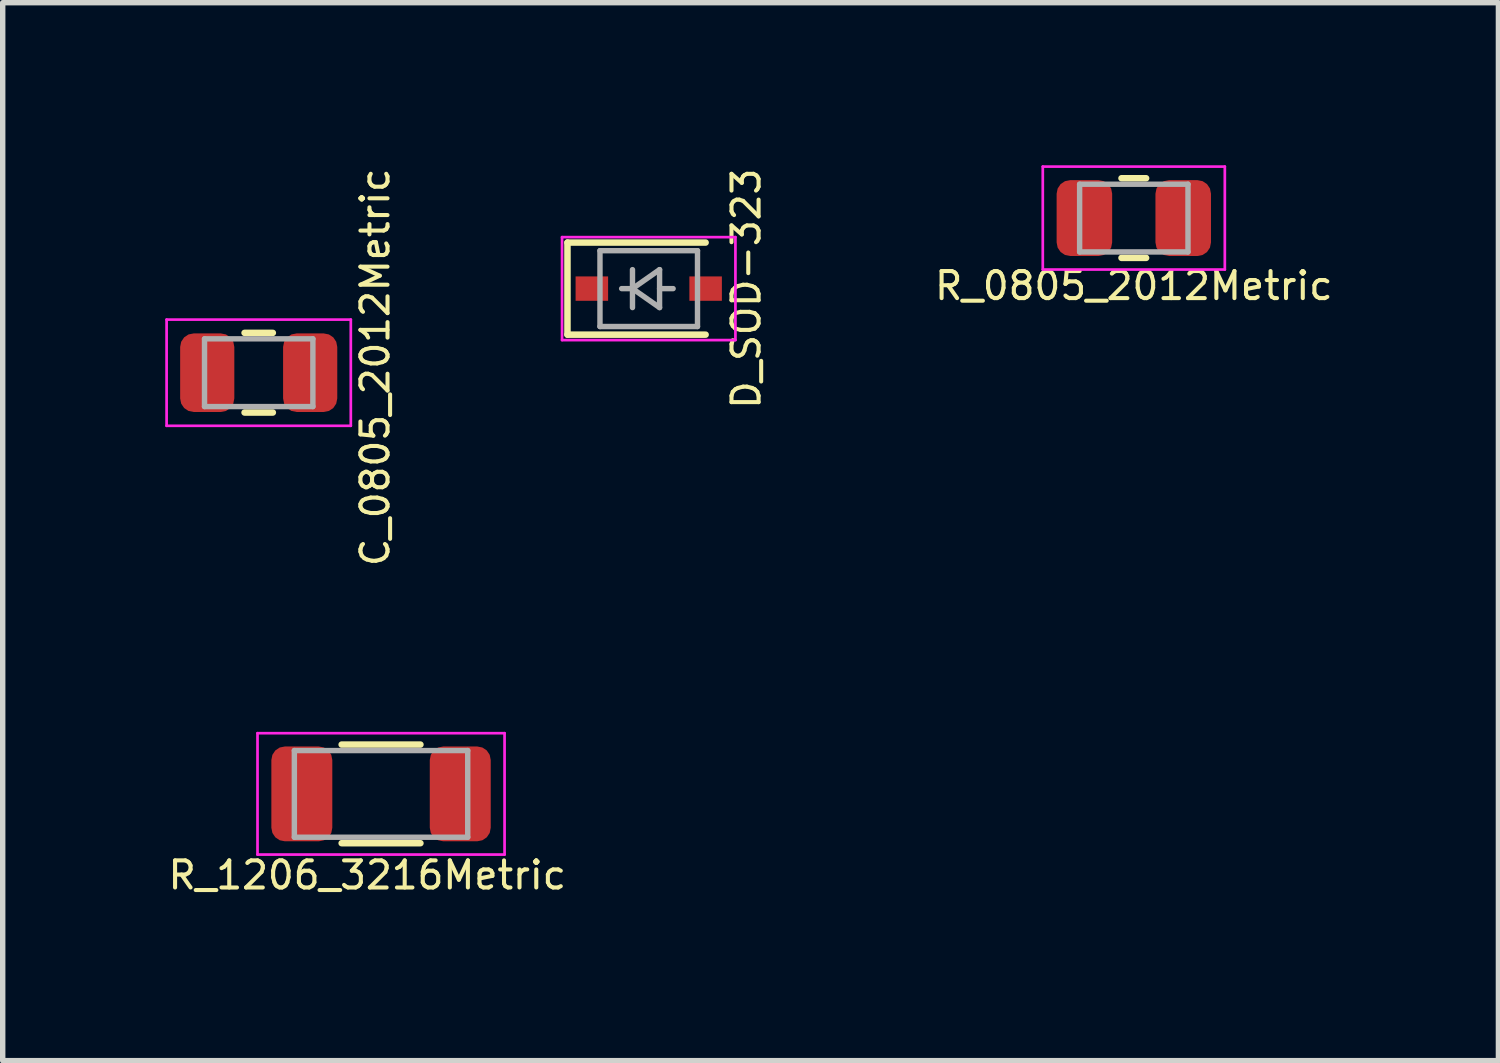
<source format=kicad_pcb>
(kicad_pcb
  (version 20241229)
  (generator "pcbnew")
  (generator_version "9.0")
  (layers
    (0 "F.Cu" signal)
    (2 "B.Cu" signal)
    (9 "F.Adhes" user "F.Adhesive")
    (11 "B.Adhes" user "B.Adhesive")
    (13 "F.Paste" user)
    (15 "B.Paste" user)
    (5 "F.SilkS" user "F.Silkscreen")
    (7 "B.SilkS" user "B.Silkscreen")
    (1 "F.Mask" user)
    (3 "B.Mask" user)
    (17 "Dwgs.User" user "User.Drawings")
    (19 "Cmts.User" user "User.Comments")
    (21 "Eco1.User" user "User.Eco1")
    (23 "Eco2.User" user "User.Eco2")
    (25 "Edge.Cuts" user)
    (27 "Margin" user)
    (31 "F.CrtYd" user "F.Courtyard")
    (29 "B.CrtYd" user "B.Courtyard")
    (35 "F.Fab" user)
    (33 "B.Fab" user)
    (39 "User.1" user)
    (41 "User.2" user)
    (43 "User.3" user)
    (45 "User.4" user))
  (footprint "R_0805_2012Metric"
    (layer "F.Cu")
    (at 17.877 0.975)
    (property "Reference" "R_0805_2012Metric" (at 0 1.25 180) (layer "F.SilkS") (effects (font (size 0.5 0.5) (thickness 0.075))))
    (attr smd)
    (fp_line (start -0.227 -0.735) (end 0.227 -0.735) (stroke (width 0.12) (type solid)) (layer "F.SilkS"))
    (fp_line (start -0.227 0.735) (end 0.227 0.735) (stroke (width 0.12) (type solid)) (layer "F.SilkS"))
    (fp_line (start -1.68 -0.95) (end 1.68 -0.95) (stroke (width 0.05) (type solid)) (layer "F.CrtYd"))
    (fp_line (start -1.68 0.95) (end -1.68 -0.95) (stroke (width 0.05) (type solid)) (layer "F.CrtYd"))
    (fp_line (start 1.68 -0.95) (end 1.68 0.95) (stroke (width 0.05) (type solid)) (layer "F.CrtYd"))
    (fp_line (start 1.68 0.95) (end -1.68 0.95) (stroke (width 0.05) (type solid)) (layer "F.CrtYd"))
    (fp_line (start -1 -0.625) (end 1 -0.625) (stroke (width 0.1) (type solid)) (layer "F.Fab"))
    (fp_line (start -1 0.625) (end -1 -0.625) (stroke (width 0.1) (type solid)) (layer "F.Fab"))
    (fp_line (start 1 -0.625) (end 1 0.625) (stroke (width 0.1) (type solid)) (layer "F.Fab"))
    (fp_line (start 1 0.625) (end -1 0.625) (stroke (width 0.1) (type solid)) (layer "F.Fab"))
    (pad "1" smd roundrect (at -0.912 0) (size 1.025 1.4) (layers "F.Cu" "F.Mask" "F.Paste") (roundrect_rratio 0.244))
    (pad "2" smd roundrect (at 0.912 0) (size 1.025 1.4) (layers "F.Cu" "F.Mask" "F.Paste") (roundrect_rratio 0.244)))
  (footprint "R_1206_3216Metric"
    (layer "F.Cu")
    (at 3.983 11.603)
    (property "Reference" "R_1206_3216Metric" (at -0.254 1.5 180) (layer "F.SilkS") (effects (font (size 0.5 0.5) (thickness 0.075))))
    (attr smd)
    (fp_line (start -0.727 -0.91) (end 0.727 -0.91) (stroke (width 0.12) (type solid)) (layer "F.SilkS"))
    (fp_line (start -0.727 0.91) (end 0.727 0.91) (stroke (width 0.12) (type solid)) (layer "F.SilkS"))
    (fp_line (start -2.28 -1.12) (end 2.28 -1.12) (stroke (width 0.05) (type solid)) (layer "F.CrtYd"))
    (fp_line (start -2.28 1.12) (end -2.28 -1.12) (stroke (width 0.05) (type solid)) (layer "F.CrtYd"))
    (fp_line (start 2.28 -1.12) (end 2.28 1.12) (stroke (width 0.05) (type solid)) (layer "F.CrtYd"))
    (fp_line (start 2.28 1.12) (end -2.28 1.12) (stroke (width 0.05) (type solid)) (layer "F.CrtYd"))
    (fp_line (start -1.6 -0.8) (end 1.6 -0.8) (stroke (width 0.1) (type solid)) (layer "F.Fab"))
    (fp_line (start -1.6 0.8) (end -1.6 -0.8) (stroke (width 0.1) (type solid)) (layer "F.Fab"))
    (fp_line (start 1.6 -0.8) (end 1.6 0.8) (stroke (width 0.1) (type solid)) (layer "F.Fab"))
    (fp_line (start 1.6 0.8) (end -1.6 0.8) (stroke (width 0.1) (type solid)) (layer "F.Fab"))
    (pad "1" smd roundrect (at -1.462 0) (size 1.125 1.75) (layers "F.Cu" "F.Mask" "F.Paste") (roundrect_rratio 0.222))
    (pad "2" smd roundrect (at 1.462 0) (size 1.125 1.75) (layers "F.Cu" "F.Mask" "F.Paste") (roundrect_rratio 0.222)))
  (footprint "C_0805_2012Metric"
    (layer "F.Cu")
    (at 1.725 3.829)
    (property "Reference" "C_0805_2012Metric" (at 2.15 -0.1 270) (layer "F.SilkS") (effects (font (size 0.5 0.5) (thickness 0.075))))
    (attr smd)
    (fp_line (start -0.261 -0.735) (end 0.261 -0.735) (stroke (width 0.12) (type solid)) (layer "F.SilkS"))
    (fp_line (start -0.261 0.735) (end 0.261 0.735) (stroke (width 0.12) (type solid)) (layer "F.SilkS"))
    (fp_line (start -1.7 -0.98) (end 1.7 -0.98) (stroke (width 0.05) (type solid)) (layer "F.CrtYd"))
    (fp_line (start -1.7 0.98) (end -1.7 -0.98) (stroke (width 0.05) (type solid)) (layer "F.CrtYd"))
    (fp_line (start 1.7 -0.98) (end 1.7 0.98) (stroke (width 0.05) (type solid)) (layer "F.CrtYd"))
    (fp_line (start 1.7 0.98) (end -1.7 0.98) (stroke (width 0.05) (type solid)) (layer "F.CrtYd"))
    (fp_line (start -1 -0.625) (end 1 -0.625) (stroke (width 0.1) (type solid)) (layer "F.Fab"))
    (fp_line (start -1 0.625) (end -1 -0.625) (stroke (width 0.1) (type solid)) (layer "F.Fab"))
    (fp_line (start 1 -0.625) (end 1 0.625) (stroke (width 0.1) (type solid)) (layer "F.Fab"))
    (fp_line (start 1 0.625) (end -1 0.625) (stroke (width 0.1) (type solid)) (layer "F.Fab"))
    (pad "1" smd roundrect (at -0.95 0) (size 1 1.45) (layers "F.Cu" "F.Mask" "F.Paste") (roundrect_rratio 0.25))
    (pad "2" smd roundrect (at 0.95 0) (size 1 1.45) (layers "F.Cu" "F.Mask" "F.Paste") (roundrect_rratio 0.25)))
  (footprint "D_SOD-323"
    (layer "F.Cu")
    (at 8.924 2.277)
    (property "Reference" "D_SOD-323" (at 1.8 0 90) (layer "F.SilkS") (effects (font (size 0.5 0.5) (thickness 0.075))))
    (attr smd)
    (fp_line (start -1.5 -0.85) (end -1.5 0.85) (stroke (width 0.12) (type solid)) (layer "F.SilkS"))
    (fp_line (start -1.5 -0.85) (end 1.05 -0.85) (stroke (width 0.12) (type solid)) (layer "F.SilkS"))
    (fp_line (start -1.5 0.85) (end 1.05 0.85) (stroke (width 0.12) (type solid)) (layer "F.SilkS"))
    (fp_line (start -1.6 -0.95) (end -1.6 0.95) (stroke (width 0.05) (type solid)) (layer "F.CrtYd"))
    (fp_line (start -1.6 -0.95) (end 1.6 -0.95) (stroke (width 0.05) (type solid)) (layer "F.CrtYd"))
    (fp_line (start -1.6 0.95) (end 1.6 0.95) (stroke (width 0.05) (type solid)) (layer "F.CrtYd"))
    (fp_line (start 1.6 -0.95) (end 1.6 0.95) (stroke (width 0.05) (type solid)) (layer "F.CrtYd"))
    (fp_line (start -0.9 -0.7) (end 0.9 -0.7) (stroke (width 0.1) (type solid)) (layer "F.Fab"))
    (fp_line (start -0.9 0.7) (end -0.9 -0.7) (stroke (width 0.1) (type solid)) (layer "F.Fab"))
    (fp_line (start -0.3 -0.35) (end -0.3 0.35) (stroke (width 0.1) (type solid)) (layer "F.Fab"))
    (fp_line (start -0.3 0) (end -0.5 0) (stroke (width 0.1) (type solid)) (layer "F.Fab"))
    (fp_line (start -0.3 0) (end 0.2 -0.35) (stroke (width 0.1) (type solid)) (layer "F.Fab"))
    (fp_line (start 0.2 -0.35) (end 0.2 0.35) (stroke (width 0.1) (type solid)) (layer "F.Fab"))
    (fp_line (start 0.2 0) (end 0.45 0) (stroke (width 0.1) (type solid)) (layer "F.Fab"))
    (fp_line (start 0.2 0.35) (end -0.3 0) (stroke (width 0.1) (type solid)) (layer "F.Fab"))
    (fp_line (start 0.9 -0.7) (end 0.9 0.7) (stroke (width 0.1) (type solid)) (layer "F.Fab"))
    (fp_line (start 0.9 0.7) (end -0.9 0.7) (stroke (width 0.1) (type solid)) (layer "F.Fab"))
    (pad "1" smd rect (at -1.05 0) (size 0.6 0.45) (layers "F.Cu" "F.Mask" "F.Paste"))
    (pad "2" smd rect (at 1.05 0) (size 0.6 0.45) (layers "F.Cu" "F.Mask" "F.Paste")))
  (gr_rect
    (start -3 -3)
    (end 24.607 16.527)
    (stroke (width 0.1) (type default))
    (fill no)
    (layer "Edge.Cuts")))
</source>
